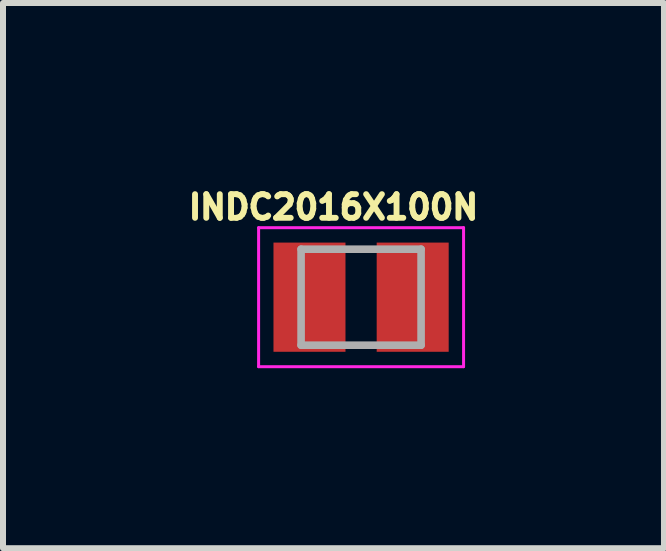
<source format=kicad_pcb>
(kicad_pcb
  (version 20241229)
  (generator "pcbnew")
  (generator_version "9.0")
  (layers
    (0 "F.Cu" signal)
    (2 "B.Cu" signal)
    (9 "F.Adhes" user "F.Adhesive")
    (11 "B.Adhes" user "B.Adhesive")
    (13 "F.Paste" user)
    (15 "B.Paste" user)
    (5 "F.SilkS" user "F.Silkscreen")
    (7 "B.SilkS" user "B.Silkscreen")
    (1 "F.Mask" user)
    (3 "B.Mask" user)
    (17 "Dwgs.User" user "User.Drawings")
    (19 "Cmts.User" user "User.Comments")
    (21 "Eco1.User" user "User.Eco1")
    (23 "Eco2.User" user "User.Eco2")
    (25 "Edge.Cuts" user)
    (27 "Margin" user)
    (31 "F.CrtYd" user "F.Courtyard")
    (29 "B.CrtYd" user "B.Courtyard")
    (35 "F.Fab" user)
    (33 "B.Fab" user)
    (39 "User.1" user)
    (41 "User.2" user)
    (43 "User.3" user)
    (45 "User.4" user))
  (footprint "INDC2016X100N"
    (layer "F.Cu")
    (at 2.968 1.903)
    (property "Reference" "INDC2016X100N" (at -0.46 -1.5 0) (layer "F.SilkS") (effects (font (size 0.394 0.394) (thickness 0.15))))
    (attr smd)
    (fp_line (start -1.708 -1.158) (end 1.708 -1.158) (stroke (width 0.05) (type solid)) (layer "F.CrtYd"))
    (fp_line (start -1.708 1.158) (end -1.708 -1.158) (stroke (width 0.05) (type solid)) (layer "F.CrtYd"))
    (fp_line (start -1.708 1.158) (end 1.708 1.158) (stroke (width 0.05) (type solid)) (layer "F.CrtYd"))
    (fp_line (start 1.708 1.158) (end 1.708 -1.158) (stroke (width 0.05) (type solid)) (layer "F.CrtYd"))
    (fp_line (start -1 0.8) (end -1 -0.8) (stroke (width 0.127) (type solid)) (layer "F.Fab"))
    (fp_line (start 1 -0.8) (end -1 -0.8) (stroke (width 0.127) (type solid)) (layer "F.Fab"))
    (fp_line (start 1 0.8) (end -1 0.8) (stroke (width 0.127) (type solid)) (layer "F.Fab"))
    (fp_line (start 1 0.8) (end 1 -0.8) (stroke (width 0.127) (type solid)) (layer "F.Fab"))
    (pad "1" smd rect (at -0.86 0) (size 1.2 1.82) (layers "F.Cu" "F.Mask" "F.Paste"))
    (pad "2" smd rect (at 0.86 0) (size 1.2 1.82) (layers "F.Cu" "F.Mask" "F.Paste")))
  (gr_rect
    (start -3 -3)
    (end 8.016 6.086)
    (stroke (width 0.1) (type default))
    (fill no)
    (layer "Edge.Cuts")))
</source>
